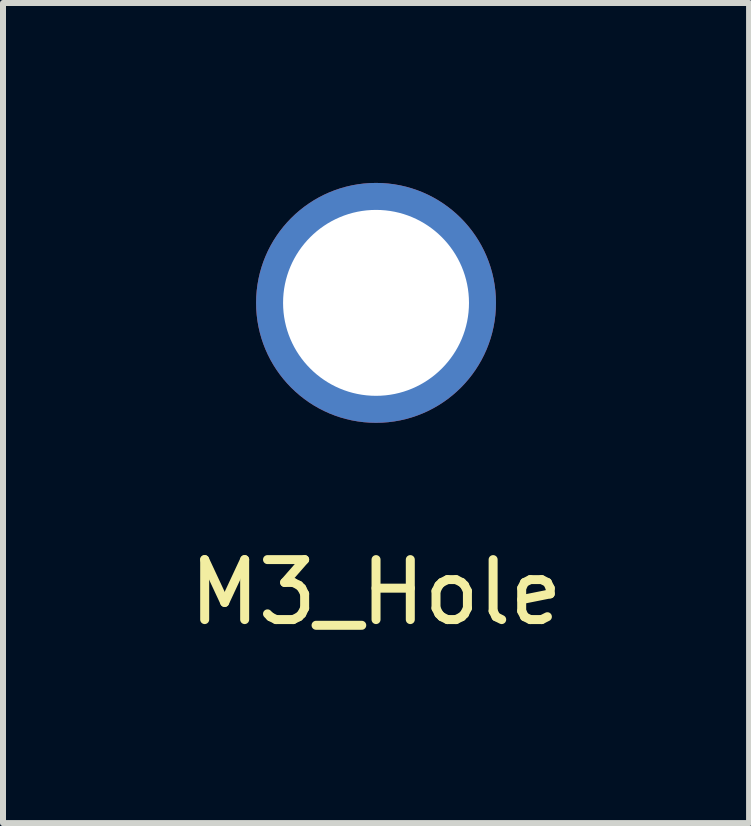
<source format=kicad_pcb>
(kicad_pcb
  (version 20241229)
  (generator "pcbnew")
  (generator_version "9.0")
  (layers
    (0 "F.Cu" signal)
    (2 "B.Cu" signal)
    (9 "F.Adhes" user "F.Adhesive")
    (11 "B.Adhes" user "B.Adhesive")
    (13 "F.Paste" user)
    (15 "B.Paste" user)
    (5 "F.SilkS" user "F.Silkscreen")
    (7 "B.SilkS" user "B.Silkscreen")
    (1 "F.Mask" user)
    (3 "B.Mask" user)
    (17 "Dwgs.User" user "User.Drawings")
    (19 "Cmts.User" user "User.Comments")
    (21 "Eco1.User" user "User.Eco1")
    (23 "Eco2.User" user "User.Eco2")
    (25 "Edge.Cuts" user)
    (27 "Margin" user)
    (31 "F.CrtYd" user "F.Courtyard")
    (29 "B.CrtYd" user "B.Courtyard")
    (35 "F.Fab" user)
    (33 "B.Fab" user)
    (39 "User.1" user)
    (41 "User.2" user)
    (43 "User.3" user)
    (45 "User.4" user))
  (footprint "M3_Hole"
    (layer "F.Cu")
    (at 3.22 2)
    (property "Reference" "M3_Hole" (at 0 4.826 0) (layer "F.SilkS") (effects (font (size 1 1) (thickness 0.15))))
    (attr through_hole)
    (pad "" thru_hole circle (at 0 0) (size 4 4) (drill 3.1) (layers "*.Cu" "*.Mask")))
  (gr_rect
    (start -3 -3)
    (end 9.44 10.674)
    (stroke (width 0.1) (type default))
    (fill no)
    (layer "Edge.Cuts")))
</source>
